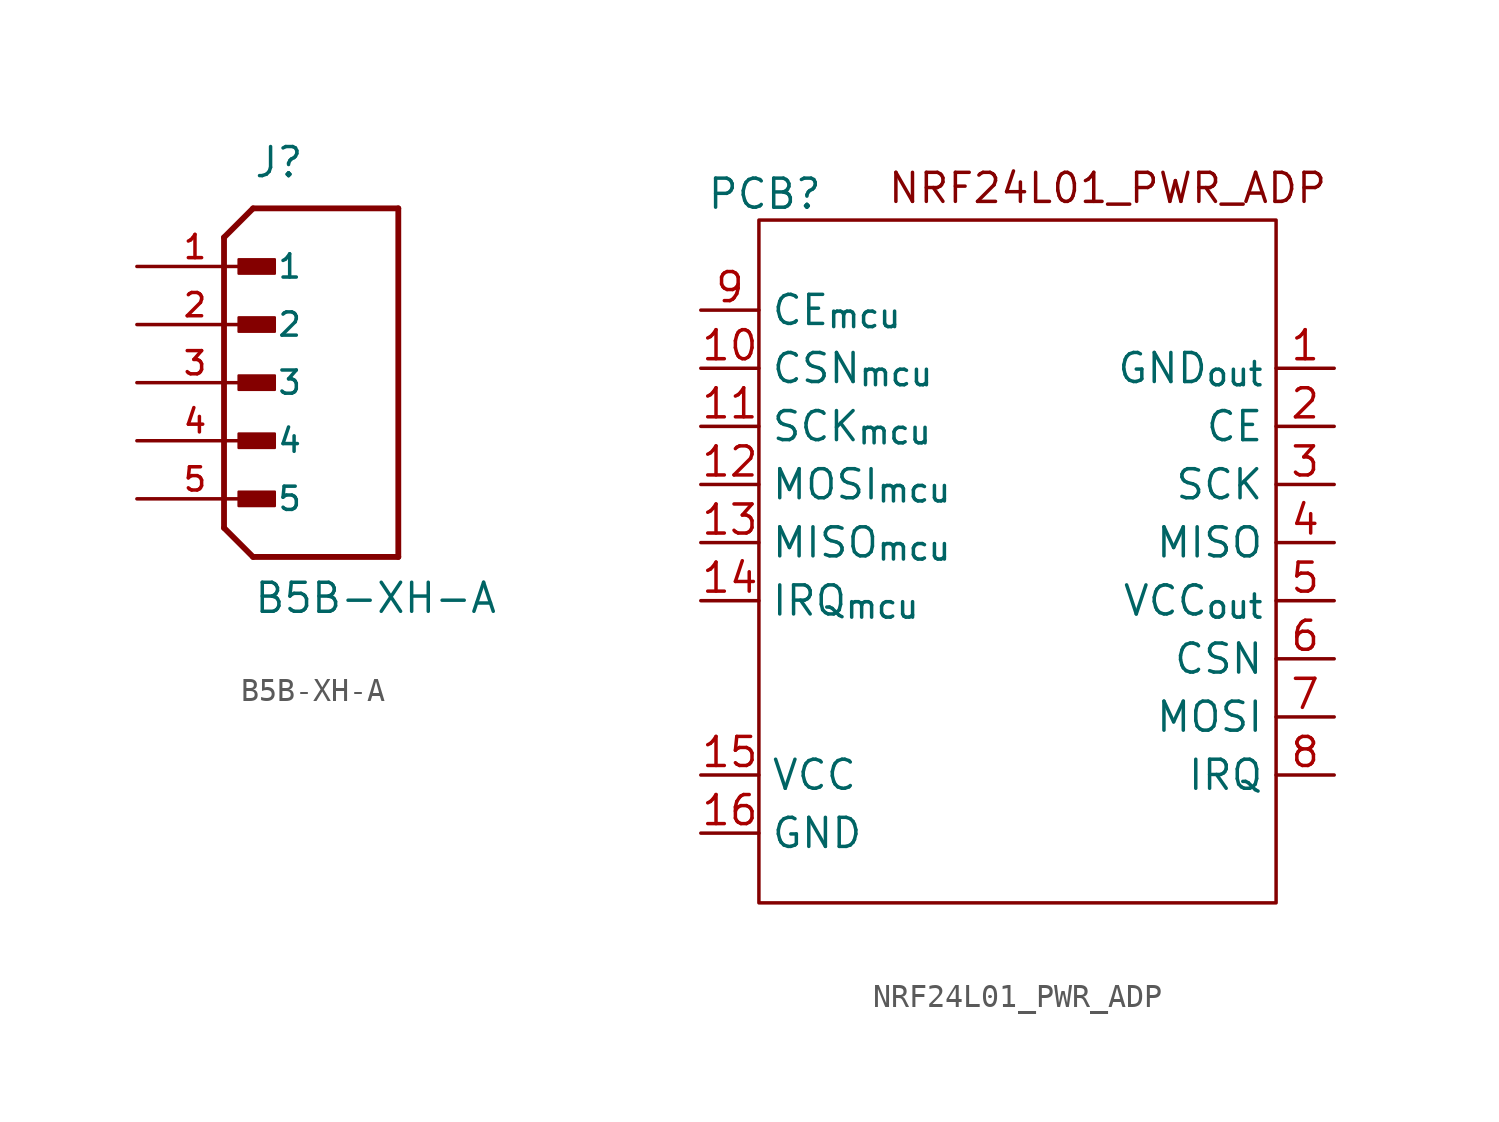
<source format=kicad_sym>
(kicad_symbol_lib
  (version 20241209)
  (generator "kicad_symbol_editor")
  (generator_version "9.0")
  (symbol "B5B-XH-A"
    (pin_names
      (offset 1.016))
    (property "Reference" "J"
      (at -2.54 8.89 0)
      (effects (font (size 1.27 1.27)) (justify left bottom)))
    (property "Value" "B5B-XH-A"
      (at -2.54 -10.16 0)
      (effects (font (size 1.27 1.27)) (justify left bottom)))
    (symbol "B5B-XH-A_0_0"
      (polyline (pts (xy -3.81 6.35) (xy -3.81 -6.35)) (stroke (width 0.254) (type default)) (fill (type none)))
      (polyline (pts (xy -3.81 6.35) (xy -2.54 7.62)) (stroke (width 0.254) (type default)) (fill (type none)))
      (polyline (pts (xy -3.81 -6.35) (xy -2.54 -7.62)) (stroke (width 0.254) (type default)) (fill (type none)))
      (rectangle (start -3.175 4.763) (end -1.587 5.397) (stroke (width 0.1) (type default)) (fill (type outline)))
      (rectangle (start -3.175 2.223) (end -1.587 2.857) (stroke (width 0.1) (type default)) (fill (type outline)))
      (rectangle (start -3.175 -0.318) (end -1.587 0.318) (stroke (width 0.1) (type default)) (fill (type outline)))
      (rectangle (start -3.175 -2.857) (end -1.587 -2.223) (stroke (width 0.1) (type default)) (fill (type outline)))
      (rectangle (start -3.175 -5.397) (end -1.587 -4.763) (stroke (width 0.1) (type default)) (fill (type outline)))
      (polyline (pts (xy -2.54 -7.62) (xy 3.81 -7.62)) (stroke (width 0.254) (type default)) (fill (type none)))
      (polyline (pts (xy 3.81 7.62) (xy -2.54 7.62)) (stroke (width 0.254) (type default)) (fill (type none)))
      (polyline (pts (xy 3.81 -7.62) (xy 3.81 7.62)) (stroke (width 0.254) (type default)) (fill (type none)))
      (pin passive line (at -7.62 5.08 0) (length 5.08) (name "1" (effects (font (size 1.016 1.016)))) (number "1" (effects (font (size 1.016 1.016)))))
      (pin passive line (at -7.62 2.54 0) (length 5.08) (name "2" (effects (font (size 1.016 1.016)))) (number "2" (effects (font (size 1.016 1.016)))))
      (pin passive line (at -7.62 0 0) (length 5.08) (name "3" (effects (font (size 1.016 1.016)))) (number "3" (effects (font (size 1.016 1.016)))))
      (pin passive line (at -7.62 -2.54 0) (length 5.08) (name "4" (effects (font (size 1.016 1.016)))) (number "4" (effects (font (size 1.016 1.016)))))
      (pin passive line (at -7.62 -5.08 0) (length 5.08) (name "5" (effects (font (size 1.016 1.016)))) (number "5" (effects (font (size 1.016 1.016)))))))
  (symbol "NRF24L01_PWR_ADP"
    (property "Reference" "PCB"
      (at -11.176 16.51 0)
      (effects (font (size 1.27 1.27))))
    (property "Value" ""
      (at 0 0 0)
      (effects (font (size 1.27 1.27))))
    (symbol "NRF24L01_PWR_ADP_0_1"
      (rectangle (start -11.43 15.367) (end 11.176 -14.478) (stroke (width 0) (type default)) (fill (type none))))
    (symbol "NRF24L01_PWR_ADP_1_1"
      (text "NRF24L01_PWR_ADP" (at 3.81 16.764 0) (effects (font (size 1.27 1.27))))
      (pin input line (at -13.97 11.43 0) (length 2.54) (name "CE_{mcu}" (effects (font (size 1.27 1.27)))) (number "9" (effects (font (size 1.27 1.27)))))
      (pin input line (at -13.97 8.89 0) (length 2.54) (name "CSN_{mcu}" (effects (font (size 1.27 1.27)))) (number "10" (effects (font (size 1.27 1.27)))))
      (pin input line (at -13.97 6.35 0) (length 2.54) (name "SCK_{mcu}" (effects (font (size 1.27 1.27)))) (number "11" (effects (font (size 1.27 1.27)))))
      (pin input line (at -13.97 3.81 0) (length 2.54) (name "MOSI_{mcu}" (effects (font (size 1.27 1.27)))) (number "12" (effects (font (size 1.27 1.27)))))
      (pin input line (at -13.97 1.27 0) (length 2.54) (name "MISO_{mcu}" (effects (font (size 1.27 1.27)))) (number "13" (effects (font (size 1.27 1.27)))))
      (pin input line (at -13.97 -1.27 0) (length 2.54) (name "IRQ_{mcu}" (effects (font (size 1.27 1.27)))) (number "14" (effects (font (size 1.27 1.27)))))
      (pin input line (at -13.97 -8.89 0) (length 2.54) (name "VCC" (effects (font (size 1.27 1.27)))) (number "15" (effects (font (size 1.27 1.27)))))
      (pin input line (at -13.97 -11.43 0) (length 2.54) (name "GND" (effects (font (size 1.27 1.27)))) (number "16" (effects (font (size 1.27 1.27)))))
      (pin output line (at 13.716 8.89 180) (length 2.54) (name "GND_{out}" (effects (font (size 1.27 1.27)))) (number "1" (effects (font (size 1.27 1.27)))))
      (pin output line (at 13.716 6.35 180) (length 2.54) (name "CE" (effects (font (size 1.27 1.27)))) (number "2" (effects (font (size 1.27 1.27)))))
      (pin output line (at 13.716 3.81 180) (length 2.54) (name "SCK" (effects (font (size 1.27 1.27)))) (number "3" (effects (font (size 1.27 1.27)))))
      (pin output line (at 13.716 1.27 180) (length 2.54) (name "MISO" (effects (font (size 1.27 1.27)))) (number "4" (effects (font (size 1.27 1.27)))))
      (pin output line (at 13.716 -1.27 180) (length 2.54) (name "VCC_{out}" (effects (font (size 1.27 1.27)))) (number "5" (effects (font (size 1.27 1.27)))))
      (pin output line (at 13.716 -3.81 180) (length 2.54) (name "CSN" (effects (font (size 1.27 1.27)))) (number "6" (effects (font (size 1.27 1.27)))))
      (pin output line (at 13.716 -6.35 180) (length 2.54) (name "MOSI" (effects (font (size 1.27 1.27)))) (number "7" (effects (font (size 1.27 1.27)))))
      (pin output line (at 13.716 -8.89 180) (length 2.54) (name "IRQ" (effects (font (size 1.27 1.27)))) (number "8" (effects (font (size 1.27 1.27))))))))
</source>
